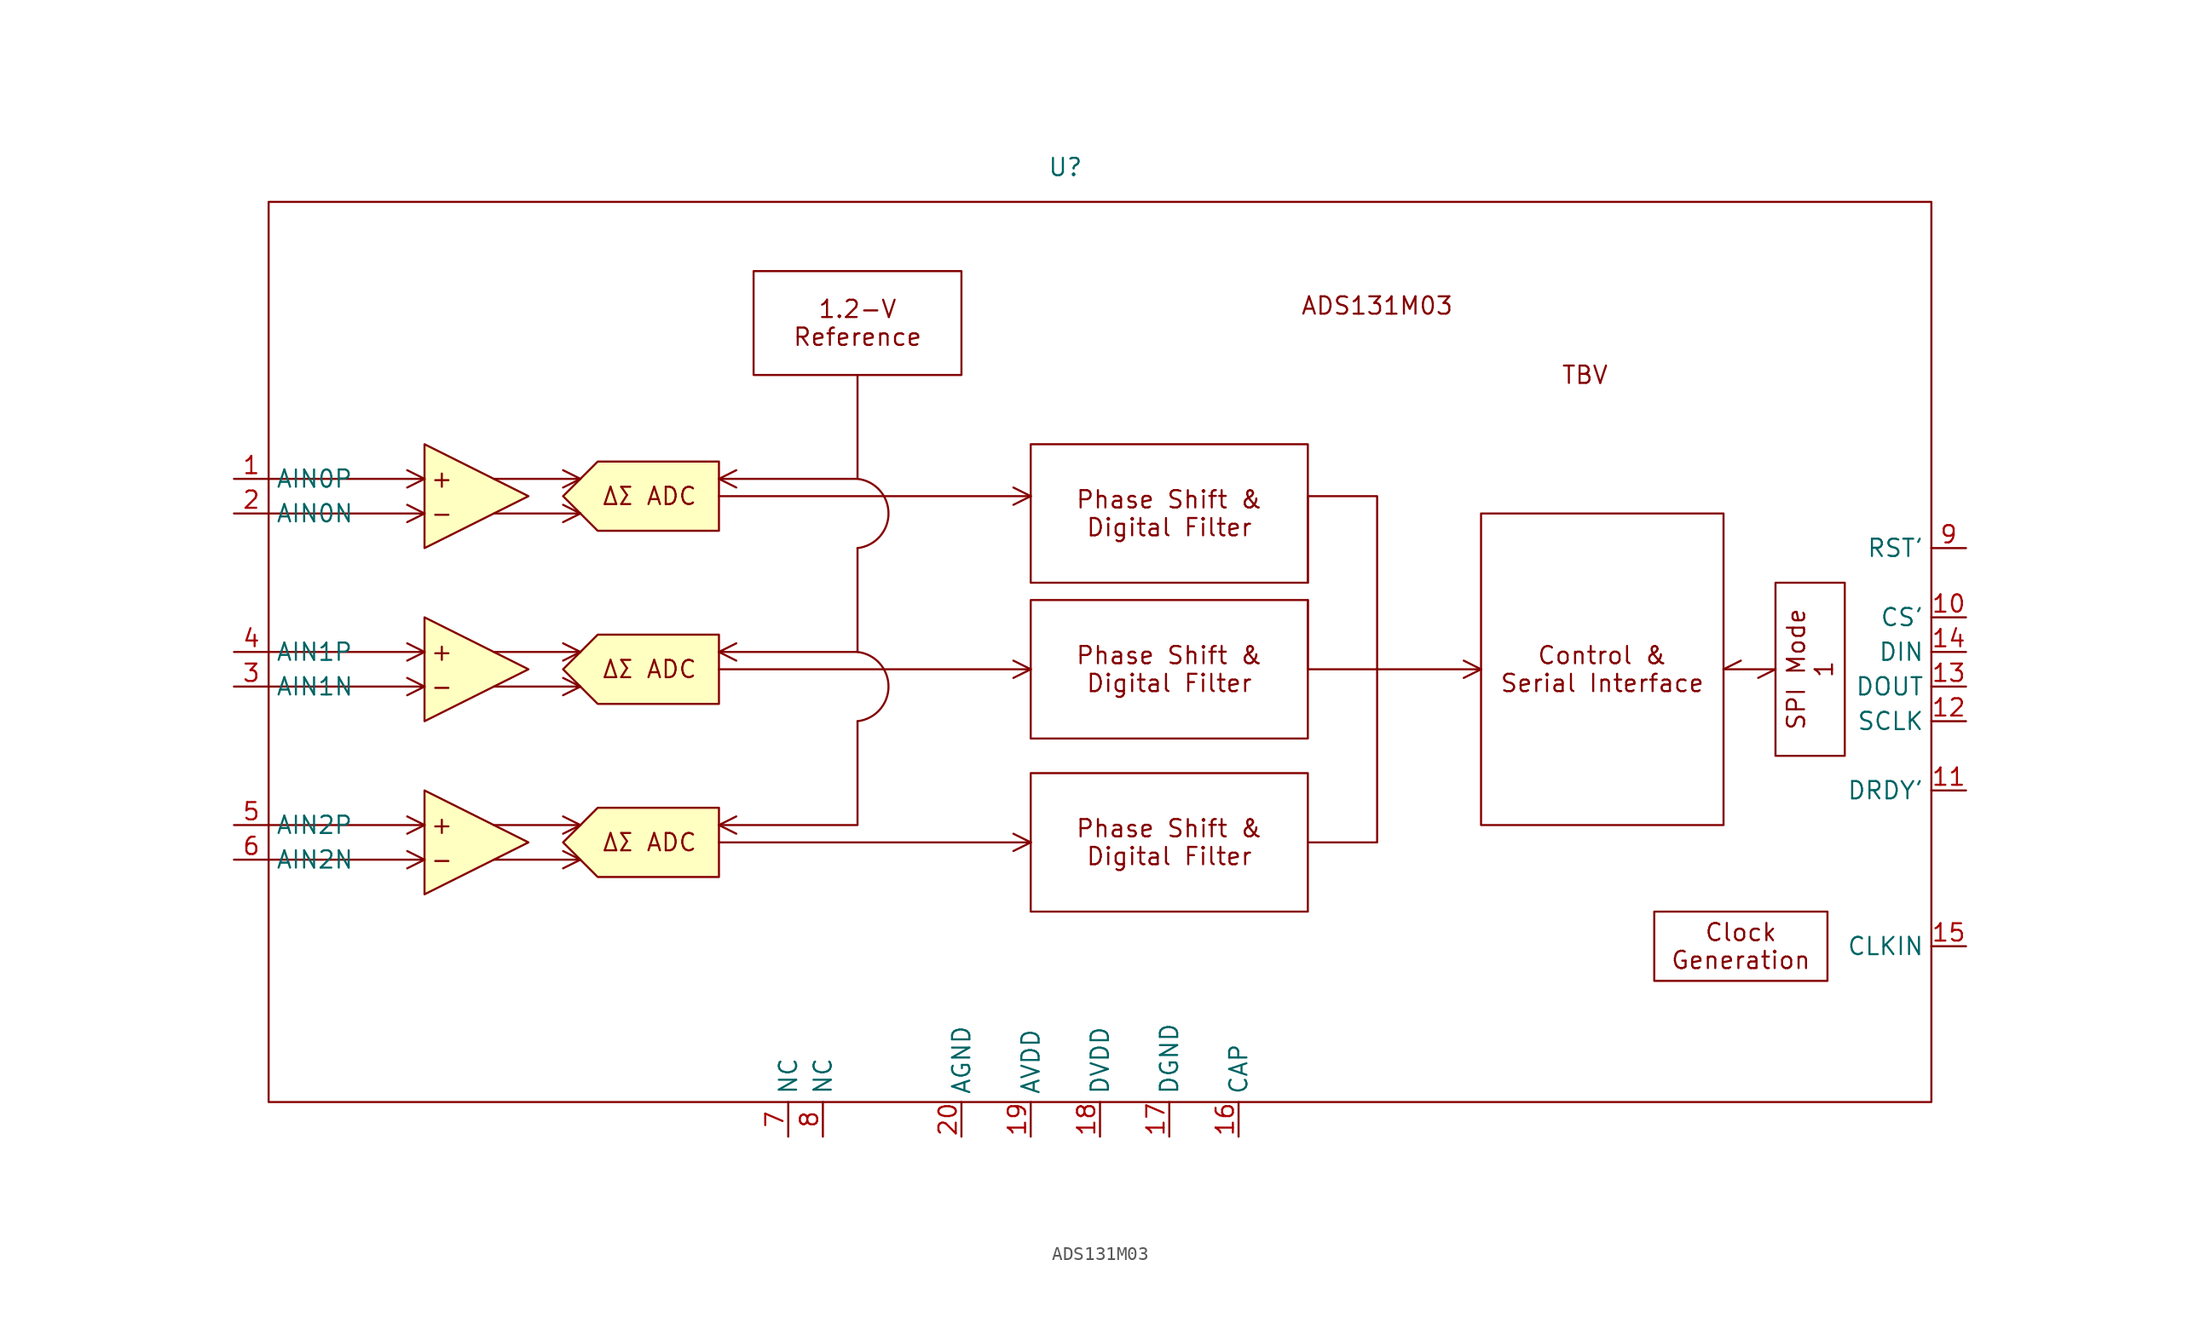
<source format=kicad_sym>
(kicad_symbol_lib
  (version 20220914)
  (generator kicad_symbol_editor)
  (symbol "ADS131M03"
    (property "Reference" "U"
      (at 30.48 30.48 0)
      (effects (font (size 1.27 1.27))))
    (property "Value" ""
      (at 91.44 0 0)
      (effects (font (size 1.27 1.27))))
    (symbol "ADS131M03_1_1"
      (rectangle (start -27.94 27.94) (end 93.98 -38.1) (stroke (width 0) (type default)) (fill (type none)))
      (polyline (pts (xy -27.94 -20.32) (xy -16.51 -20.32)) (stroke (width 0) (type default)) (fill (type none)))
      (polyline (pts (xy -27.94 -17.78) (xy -16.51 -17.78)) (stroke (width 0) (type default)) (fill (type none)))
      (polyline (pts (xy -27.94 -7.62) (xy -16.51 -7.62)) (stroke (width 0) (type default)) (fill (type none)))
      (polyline (pts (xy -27.94 -5.08) (xy -16.51 -5.08)) (stroke (width 0) (type default)) (fill (type none)))
      (polyline (pts (xy -27.94 5.08) (xy -16.51 5.08)) (stroke (width 0) (type default)) (fill (type none)))
      (polyline (pts (xy -27.94 7.62) (xy -16.51 7.62)) (stroke (width 0) (type default)) (fill (type none)))
      (polyline (pts (xy -16.51 -20.32) (xy -17.78 -20.955)) (stroke (width 0) (type default)) (fill (type color) (color 0 0 0 0)))
      (polyline (pts (xy -16.51 -20.32) (xy -17.78 -19.685)) (stroke (width 0) (type default)) (fill (type color) (color 0 0 0 0)))
      (polyline (pts (xy -16.51 -17.78) (xy -17.78 -18.415)) (stroke (width 0) (type default)) (fill (type color) (color 0 0 0 0)))
      (polyline (pts (xy -16.51 -17.78) (xy -17.78 -17.145)) (stroke (width 0) (type default)) (fill (type color) (color 0 0 0 0)))
      (polyline (pts (xy -16.51 -7.62) (xy -17.78 -8.255)) (stroke (width 0) (type default)) (fill (type color) (color 0 0 0 0)))
      (polyline (pts (xy -16.51 -7.62) (xy -17.78 -6.985)) (stroke (width 0) (type default)) (fill (type color) (color 0 0 0 0)))
      (polyline (pts (xy -16.51 -5.08) (xy -17.78 -5.715)) (stroke (width 0) (type default)) (fill (type color) (color 0 0 0 0)))
      (polyline (pts (xy -16.51 -5.08) (xy -17.78 -4.445)) (stroke (width 0) (type default)) (fill (type color) (color 0 0 0 0)))
      (polyline (pts (xy -16.51 5.08) (xy -17.78 4.445)) (stroke (width 0) (type default)) (fill (type color) (color 0 0 0 0)))
      (polyline (pts (xy -16.51 5.08) (xy -17.78 5.715)) (stroke (width 0) (type default)) (fill (type color) (color 0 0 0 0)))
      (polyline (pts (xy -16.51 7.62) (xy -17.78 6.985)) (stroke (width 0) (type default)) (fill (type color) (color 0 0 0 0)))
      (polyline (pts (xy -16.51 7.62) (xy -17.78 8.255)) (stroke (width 0) (type default)) (fill (type color) (color 0 0 0 0)))
      (polyline (pts (xy -11.43 -20.32) (xy -5.08 -20.32)) (stroke (width 0) (type default)) (fill (type none)))
      (polyline (pts (xy -11.43 -17.78) (xy -5.08 -17.78)) (stroke (width 0) (type default)) (fill (type none)))
      (polyline (pts (xy -11.43 -7.62) (xy -5.08 -7.62)) (stroke (width 0) (type default)) (fill (type none)))
      (polyline (pts (xy -11.43 -5.08) (xy -5.08 -5.08)) (stroke (width 0) (type default)) (fill (type none)))
      (polyline (pts (xy -11.43 5.08) (xy -5.08 5.08)) (stroke (width 0) (type default)) (fill (type none)))
      (polyline (pts (xy -11.43 7.62) (xy -5.08 7.62)) (stroke (width 0) (type default)) (fill (type none)))
      (polyline (pts (xy -5.08 -20.32) (xy -6.35 -20.955)) (stroke (width 0) (type default)) (fill (type color) (color 0 0 0 0)))
      (polyline (pts (xy -5.08 -20.32) (xy -6.35 -19.685)) (stroke (width 0) (type default)) (fill (type color) (color 0 0 0 0)))
      (polyline (pts (xy -5.08 -17.78) (xy -6.35 -18.415)) (stroke (width 0) (type default)) (fill (type color) (color 0 0 0 0)))
      (polyline (pts (xy -5.08 -17.78) (xy -6.35 -17.145)) (stroke (width 0) (type default)) (fill (type color) (color 0 0 0 0)))
      (polyline (pts (xy -5.08 -7.62) (xy -6.35 -8.255)) (stroke (width 0) (type default)) (fill (type color) (color 0 0 0 0)))
      (polyline (pts (xy -5.08 -7.62) (xy -6.35 -6.985)) (stroke (width 0) (type default)) (fill (type color) (color 0 0 0 0)))
      (polyline (pts (xy -5.08 -5.08) (xy -6.35 -5.715)) (stroke (width 0) (type default)) (fill (type color) (color 0 0 0 0)))
      (polyline (pts (xy -5.08 -5.08) (xy -6.35 -4.445)) (stroke (width 0) (type default)) (fill (type color) (color 0 0 0 0)))
      (polyline (pts (xy -5.08 5.08) (xy -6.35 4.445)) (stroke (width 0) (type default)) (fill (type color) (color 0 0 0 0)))
      (polyline (pts (xy -5.08 5.08) (xy -6.35 5.715)) (stroke (width 0) (type default)) (fill (type color) (color 0 0 0 0)))
      (polyline (pts (xy -5.08 7.62) (xy -6.35 6.985)) (stroke (width 0) (type default)) (fill (type color) (color 0 0 0 0)))
      (polyline (pts (xy -5.08 7.62) (xy -6.35 8.255)) (stroke (width 0) (type default)) (fill (type color) (color 0 0 0 0)))
      (polyline (pts (xy 5.08 -19.05) (xy 27.94 -19.05)) (stroke (width 0) (type default)) (fill (type color) (color 0 0 0 0)))
      (polyline (pts (xy 5.08 -17.78) (xy 6.35 -18.415)) (stroke (width 0) (type default)) (fill (type color) (color 0 0 0 0)))
      (polyline (pts (xy 5.08 -17.78) (xy 6.35 -17.145)) (stroke (width 0) (type default)) (fill (type color) (color 0 0 0 0)))
      (polyline (pts (xy 5.08 -6.35) (xy 27.94 -6.35)) (stroke (width 0) (type default)) (fill (type color) (color 0 0 0 0)))
      (polyline (pts (xy 5.08 -5.08) (xy 6.35 -5.715)) (stroke (width 0) (type default)) (fill (type color) (color 0 0 0 0)))
      (polyline (pts (xy 5.08 -5.08) (xy 6.35 -4.445)) (stroke (width 0) (type default)) (fill (type color) (color 0 0 0 0)))
      (polyline (pts (xy 5.08 6.35) (xy 27.94 6.35)) (stroke (width 0) (type default)) (fill (type color) (color 0 0 0 0)))
      (polyline (pts (xy 5.08 7.62) (xy 6.35 6.985)) (stroke (width 0) (type default)) (fill (type color) (color 0 0 0 0)))
      (polyline (pts (xy 5.08 7.62) (xy 6.35 8.255)) (stroke (width 0) (type default)) (fill (type color) (color 0 0 0 0)))
      (polyline (pts (xy 27.94 -19.05) (xy 26.67 -19.685)) (stroke (width 0) (type default)) (fill (type color) (color 0 0 0 0)))
      (polyline (pts (xy 27.94 -19.05) (xy 26.67 -18.415)) (stroke (width 0) (type default)) (fill (type color) (color 0 0 0 0)))
      (polyline (pts (xy 27.94 -6.35) (xy 26.67 -6.985)) (stroke (width 0) (type default)) (fill (type color) (color 0 0 0 0)))
      (polyline (pts (xy 27.94 -6.35) (xy 26.67 -5.715)) (stroke (width 0) (type default)) (fill (type color) (color 0 0 0 0)))
      (polyline (pts (xy 27.94 6.35) (xy 26.67 5.715)) (stroke (width 0) (type default)) (fill (type color) (color 0 0 0 0)))
      (polyline (pts (xy 27.94 6.35) (xy 26.67 6.985)) (stroke (width 0) (type default)) (fill (type color) (color 0 0 0 0)))
      (polyline (pts (xy 48.26 -1.27) (xy 48.26 -6.35)) (stroke (width 0) (type default)) (fill (type color) (color 0 0 0 0)))
      (polyline (pts (xy 48.26 6.35) (xy 48.26 0)) (stroke (width 0) (type default)) (fill (type color) (color 0 0 0 0)))
      (polyline (pts (xy 53.34 -6.35) (xy 60.96 -6.35)) (stroke (width 0) (type default)) (fill (type color) (color 0 0 0 0)))
      (polyline (pts (xy 60.96 -6.35) (xy 59.69 -6.985)) (stroke (width 0) (type default)) (fill (type color) (color 0 0 0 0)))
      (polyline (pts (xy 60.96 -6.35) (xy 59.69 -5.715)) (stroke (width 0) (type default)) (fill (type color) (color 0 0 0 0)))
      (polyline (pts (xy 78.74 -6.35) (xy 80.01 -5.715)) (stroke (width 0) (type default)) (fill (type color) (color 0 0 0 0)))
      (polyline (pts (xy 82.55 -6.35) (xy 78.74 -6.35)) (stroke (width 0) (type default)) (fill (type color) (color 0 0 0 0)))
      (polyline (pts (xy 82.55 -6.35) (xy 81.28 -6.985)) (stroke (width 0) (type default)) (fill (type color) (color 0 0 0 0)))
      (polyline (pts (xy 15.24 -10.16) (xy 15.24 -17.78) (xy 5.08 -17.78)) (stroke (width 0) (type default)) (fill (type color) (color 0 0 0 0)))
      (polyline (pts (xy 15.24 2.54) (xy 15.24 -5.08) (xy 5.08 -5.08)) (stroke (width 0) (type default)) (fill (type color) (color 0 0 0 0)))
      (polyline (pts (xy 15.24 15.24) (xy 15.24 7.62) (xy 5.08 7.62)) (stroke (width 0) (type default)) (fill (type color) (color 0 0 0 0)))
      (polyline (pts (xy 48.26 -19.05) (xy 53.34 -19.05) (xy 53.34 -6.35)) (stroke (width 0) (type default)) (fill (type none)))
      (polyline (pts (xy -16.51 -22.86) (xy -8.89 -19.05) (xy -16.51 -15.24) (xy -16.51 -22.86)) (stroke (width 0) (type default)) (fill (type background)))
      (polyline (pts (xy -16.51 -10.16) (xy -8.89 -6.35) (xy -16.51 -2.54) (xy -16.51 -10.16)) (stroke (width 0) (type default)) (fill (type background)))
      (polyline (pts (xy -16.51 2.54) (xy -8.89 6.35) (xy -16.51 10.16) (xy -16.51 2.54)) (stroke (width 0) (type default)) (fill (type background)))
      (polyline (pts (xy 48.26 6.35) (xy 53.34 6.35) (xy 53.34 -6.35) (xy 48.26 -6.35)) (stroke (width 0) (type default)) (fill (type color) (color 0 0 0 0)))
      (polyline (pts (xy -6.35 -19.05) (xy -3.81 -16.51) (xy 5.08 -16.51) (xy 5.08 -21.59) (xy -3.81 -21.59) (xy -6.35 -19.05)) (stroke (width 0) (type default)) (fill (type background)))
      (polyline (pts (xy -6.35 -6.35) (xy -3.81 -3.81) (xy 5.08 -3.81) (xy 5.08 -8.89) (xy -3.81 -8.89) (xy -6.35 -6.35)) (stroke (width 0) (type default)) (fill (type background)))
      (polyline (pts (xy -6.35 6.35) (xy -3.81 8.89) (xy 5.08 8.89) (xy 5.08 3.81) (xy -3.81 3.81) (xy -6.35 6.35)) (stroke (width 0) (type default)) (fill (type background)))
      (arc (start 15.24 -10.16) (mid 17.5127 -7.62) (end 15.24 -5.08) (stroke (width 0) (type default)) (fill (type color) (color 0 0 0 0)))
      (arc (start 15.24 2.54) (mid 17.5127 5.08) (end 15.24 7.62) (stroke (width 0) (type default)) (fill (type color) (color 0 0 0 0)))
      (text "+" (at -15.24 -17.78 0) (effects (font (size 1.27 1.27))))
      (text "+" (at -15.24 -5.08 0) (effects (font (size 1.27 1.27))))
      (text "+" (at -15.24 7.62 0) (effects (font (size 1.27 1.27))))
      (text "-" (at -15.24 -20.32 0) (effects (font (size 1.27 1.27))))
      (text "-" (at -15.24 -7.62 0) (effects (font (size 1.27 1.27))))
      (text "-" (at -15.24 5.08 0) (effects (font (size 1.27 1.27))))
      (text "ADS131M03" (at 53.34 20.32 0) (effects (font (size 1.27 1.27))))
      (text "TBV" (at 68.58 15.24 0) (effects (font (size 1.27 1.27))))
      (text "ΔΣ ADC" (at 0 -19.05 0) (effects (font (size 1.27 1.27))))
      (text "ΔΣ ADC" (at 0 -6.35 0) (effects (font (size 1.27 1.27))))
      (text "ΔΣ ADC" (at 0 6.35 0) (effects (font (size 1.27 1.27))))
      (text_box "1.2-V\nReference" (at 7.62 22.86 0) (size 15.24 -7.62) (stroke (width 0) (type default)) (fill (type color) (color 0 0 0 0)) (effects (font (size 1.27 1.27))))
      (text_box "Clock\nGeneration" (at 73.66 -24.13 0) (size 12.7 -5.08) (stroke (width 0) (type default)) (fill (type color) (color 0 0 0 0)) (effects (font (size 1.27 1.27))))
      (text_box "Control &\nSerial Interface" (at 60.96 5.08 0) (size 17.78 -22.86) (stroke (width 0) (type default)) (fill (type color) (color 0 0 0 0)) (effects (font (size 1.27 1.27))))
      (text_box "Phase Shift &\nDigital Filter" (at 27.94 -13.97 0) (size 20.32 -10.16) (stroke (width 0) (type default)) (fill (type color) (color 0 0 0 0)) (effects (font (size 1.27 1.27))))
      (text_box "Phase Shift &\nDigital Filter" (at 27.94 -1.27 0) (size 20.32 -10.16) (stroke (width 0) (type default)) (fill (type color) (color 0 0 0 0)) (effects (font (size 1.27 1.27))))
      (text_box "Phase Shift &\nDigital Filter" (at 27.94 10.16 0) (size 20.32 -10.16) (stroke (width 0) (type default)) (fill (type color) (color 0 0 0 0)) (effects (font (size 1.27 1.27))))
      (text_box "SPI Mode 1" (at 82.55 0 90) (size 5.08 -12.7) (stroke (width 0) (type default)) (fill (type color) (color 0 0 0 0)) (effects (font (size 1.27 1.27))))
      (pin input line (at -30.48 7.62 0) (length 2.54) (name "AIN0P" (effects (font (size 1.27 1.27)))) (number "1" (effects (font (size 1.27 1.27)))))
      (pin input line (at 96.52 -2.54 180) (length 2.54) (name "CS'" (effects (font (size 1.27 1.27)))) (number "10" (effects (font (size 1.27 1.27)))))
      (pin input line (at 96.52 -15.24 180) (length 2.54) (name "DRDY'" (effects (font (size 1.27 1.27)))) (number "11" (effects (font (size 1.27 1.27)))))
      (pin input line (at 96.52 -10.16 180) (length 2.54) (name "SCLK" (effects (font (size 1.27 1.27)))) (number "12" (effects (font (size 1.27 1.27)))))
      (pin input line (at 96.52 -7.62 180) (length 2.54) (name "DOUT" (effects (font (size 1.27 1.27)))) (number "13" (effects (font (size 1.27 1.27)))))
      (pin input line (at 96.52 -5.08 180) (length 2.54) (name "DIN" (effects (font (size 1.27 1.27)))) (number "14" (effects (font (size 1.27 1.27)))))
      (pin input line (at 96.52 -26.67 180) (length 2.54) (name "CLKIN" (effects (font (size 1.27 1.27)))) (number "15" (effects (font (size 1.27 1.27)))))
      (pin input line (at 43.18 -40.64 90) (length 2.54) (name "CAP" (effects (font (size 1.27 1.27)))) (number "16" (effects (font (size 1.27 1.27)))))
      (pin input line (at 38.1 -40.64 90) (length 2.54) (name "DGND" (effects (font (size 1.27 1.27)))) (number "17" (effects (font (size 1.27 1.27)))))
      (pin input line (at 33.02 -40.64 90) (length 2.54) (name "DVDD" (effects (font (size 1.27 1.27)))) (number "18" (effects (font (size 1.27 1.27)))))
      (pin input line (at 27.94 -40.64 90) (length 2.54) (name "AVDD" (effects (font (size 1.27 1.27)))) (number "19" (effects (font (size 1.27 1.27)))))
      (pin input line (at -30.48 5.08 0) (length 2.54) (name "AIN0N" (effects (font (size 1.27 1.27)))) (number "2" (effects (font (size 1.27 1.27)))))
      (pin input line (at 22.86 -40.64 90) (length 2.54) (name "AGND" (effects (font (size 1.27 1.27)))) (number "20" (effects (font (size 1.27 1.27)))))
      (pin input line (at -30.48 -7.62 0) (length 2.54) (name "AIN1N" (effects (font (size 1.27 1.27)))) (number "3" (effects (font (size 1.27 1.27)))))
      (pin input line (at -30.48 -5.08 0) (length 2.54) (name "AIN1P" (effects (font (size 1.27 1.27)))) (number "4" (effects (font (size 1.27 1.27)))))
      (pin input line (at -30.48 -17.78 0) (length 2.54) (name "AIN2P" (effects (font (size 1.27 1.27)))) (number "5" (effects (font (size 1.27 1.27)))))
      (pin input line (at -30.48 -20.32 0) (length 2.54) (name "AIN2N" (effects (font (size 1.27 1.27)))) (number "6" (effects (font (size 1.27 1.27)))))
      (pin input line (at 10.16 -40.64 90) (length 2.54) (name "NC" (effects (font (size 1.27 1.27)))) (number "7" (effects (font (size 1.27 1.27)))))
      (pin input line (at 12.7 -40.64 90) (length 2.54) (name "NC" (effects (font (size 1.27 1.27)))) (number "8" (effects (font (size 1.27 1.27)))))
      (pin input line (at 96.52 2.54 180) (length 2.54) (name "RST'" (effects (font (size 1.27 1.27)))) (number "9" (effects (font (size 1.27 1.27)))))
      (pin input line (at 22.86 -40.64 90) (length 2.54) hide (name "PAD" (effects (font (size 1.27 1.27)))) (number "PAD" (effects (font (size 1.27 1.27))))))))
</source>
